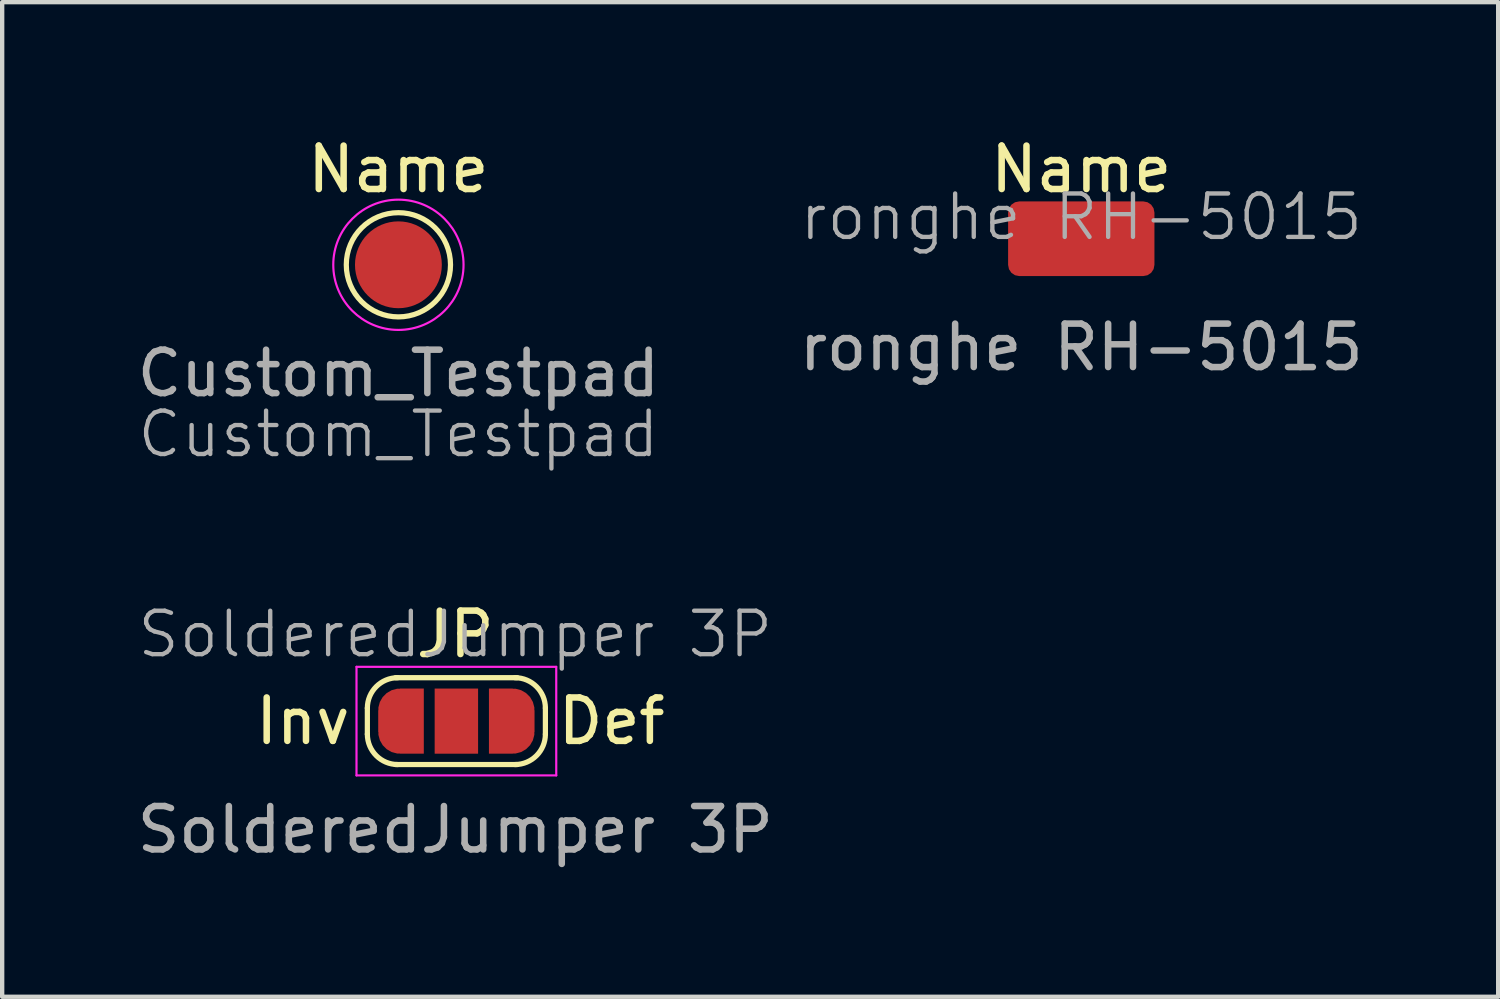
<source format=kicad_pcb>
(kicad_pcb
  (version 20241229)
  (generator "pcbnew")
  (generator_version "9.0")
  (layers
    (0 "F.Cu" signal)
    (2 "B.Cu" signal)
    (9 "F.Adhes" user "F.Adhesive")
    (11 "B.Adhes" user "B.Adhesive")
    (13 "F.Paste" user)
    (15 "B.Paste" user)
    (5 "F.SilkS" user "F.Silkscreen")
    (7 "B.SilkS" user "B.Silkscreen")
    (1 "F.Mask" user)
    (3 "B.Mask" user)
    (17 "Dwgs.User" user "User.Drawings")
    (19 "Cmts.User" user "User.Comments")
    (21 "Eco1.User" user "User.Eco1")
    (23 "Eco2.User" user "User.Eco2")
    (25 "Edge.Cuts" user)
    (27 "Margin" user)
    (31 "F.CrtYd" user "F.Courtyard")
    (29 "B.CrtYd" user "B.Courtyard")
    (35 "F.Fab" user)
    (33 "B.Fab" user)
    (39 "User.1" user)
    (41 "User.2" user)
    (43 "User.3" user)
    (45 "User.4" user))
  (footprint "SolderedJumper 3P"
    (layer "F.Cu")
    (at 7.435 13.557)
    (property "Reference" "SolderedJumper 3P" (at 0 -2 0) (unlocked yes) (layer "F.Fab") (effects (font (size 1 1) (thickness 0.1))))
    (property "Description" "JP" (at 0 -2 0) (unlocked yes) (layer "F.SilkS") (effects (font (size 1 1) (thickness 0.15))))
    (attr smd)
    (fp_rect (start -0.725 -0.75) (end 0.775 0.75) (stroke (width 0) (type default)) (fill yes) (layer "F.Mask"))
    (fp_line (start -2.025 0.3) (end -2.025 -0.3) (stroke (width 0.12) (type solid)) (layer "F.SilkS"))
    (fp_line (start -1.375 -1) (end 1.425 -1) (stroke (width 0.12) (type solid)) (layer "F.SilkS"))
    (fp_line (start 1.425 1) (end -1.375 1) (stroke (width 0.12) (type solid)) (layer "F.SilkS"))
    (fp_line (start 2.075 -0.3) (end 2.075 0.3) (stroke (width 0.12) (type solid)) (layer "F.SilkS"))
    (fp_arc (start -2.025 -0.3) (mid -1.819975 -0.794975) (end -1.325 -1) (stroke (width 0.12) (type solid)) (layer "F.SilkS"))
    (fp_arc (start -1.325 1) (mid -1.819975 0.794975) (end -2.025 0.3) (stroke (width 0.12) (type solid)) (layer "F.SilkS"))
    (fp_arc (start 1.375 -1) (mid 1.869975 -0.794975) (end 2.075 -0.3) (stroke (width 0.12) (type solid)) (layer "F.SilkS"))
    (fp_arc (start 2.075 0.3) (mid 1.869975 0.794975) (end 1.375 1) (stroke (width 0.12) (type solid)) (layer "F.SilkS"))
    (fp_line (start -2.275 -1.25) (end -2.275 1.25) (stroke (width 0.05) (type solid)) (layer "F.CrtYd"))
    (fp_line (start -2.275 -1.25) (end 2.325 -1.25) (stroke (width 0.05) (type solid)) (layer "F.CrtYd"))
    (fp_line (start 2.325 1.25) (end -2.275 1.25) (stroke (width 0.05) (type solid)) (layer "F.CrtYd"))
    (fp_line (start 2.325 1.25) (end 2.325 -1.25) (stroke (width 0.05) (type solid)) (layer "F.CrtYd"))
    (fp_text user "Def" (at 3.6 0 0) (layer "F.SilkS") (effects (font (size 1 1) (thickness 0.15))))
    (fp_text user "Inv" (at -3.51 0 0) (layer "F.SilkS") (effects (font (size 1 1) (thickness 0.15))))
    (fp_text user "${REFERENCE}" (at 0 2.5 0) (unlocked yes) (layer "F.Fab") (effects (font (size 1 1) (thickness 0.15))))
    (pad "1" smd custom (at -1.275 0) (size 1 0.5) (layers "F.Cu" "F.Mask") (options (anchor rect)) (primitives (gr_circle (center 0 0.25) (end 0.5 0.25) (width 0) (fill yes)) (gr_circle (center 0 -0.25) (end 0.5 -0.25) (width 0) (fill yes)) (gr_poly (pts (xy 0.55 0.75) (xy 0 0.75) (xy 0 -0.75) (xy 0.55 -0.75)) (width 0) (fill yes))))
    (pad "2" smd rect (at 0.025 0) (size 1 1.5) (layers "F.Cu" "F.Mask"))
    (pad "3" smd custom (at 1.325 0) (size 1 0.5) (layers "F.Cu" "F.Mask") (options (anchor rect)) (primitives (gr_circle (center 0 0.25) (end 0.5 0.25) (width 0) (fill yes)) (gr_circle (center 0 -0.25) (end 0.5 -0.25) (width 0) (fill yes)) (gr_poly (pts (xy 0 0.75) (xy -0.55 0.75) (xy -0.55 -0.75) (xy 0 -0.75)) (width 0) (fill yes)))))
  (footprint "Custom_Testpad"
    (layer "F.Cu")
    (at 6.125 3.048)
    (property "Reference" "Custom_Testpad" (at 0 3.9 0) (unlocked yes) (layer "F.Fab") (effects (font (size 1 1) (thickness 0.1))))
    (property "Description" "Name" (at 0 -2.2 0) (unlocked yes) (layer "F.SilkS") (effects (font (size 1 1) (thickness 0.15))))
    (attr smd)
    (fp_circle (center 0 0) (end 0 1.2) (stroke (width 0.12) (type solid)) (fill no) (layer "F.SilkS"))
    (fp_circle (center 0 0) (end 1.5 0) (stroke (width 0.05) (type solid)) (fill no) (layer "F.CrtYd"))
    (fp_text user "${REFERENCE}" (at 0 2.5 0) (unlocked yes) (layer "F.Fab") (effects (font (size 1 1) (thickness 0.15))))
    (pad "1" smd circle (at 0 0) (size 2 2) (layers "F.Cu" "F.Mask")))
  (footprint "ronghe RH-5015"
    (layer "F.Cu")
    (at 21.851 2.448)
    (property "Reference" "ronghe RH-5015" (at 0 -0.5 0) (unlocked yes) (layer "F.Fab") (effects (font (size 1 1) (thickness 0.1))))
    (property "Description" "Name" (at 0 -1.6 0) (unlocked yes) (layer "F.SilkS") (effects (font (size 1 1) (thickness 0.15))))
    (attr smd)
    (fp_text user "${REFERENCE}" (at 0 2.5 0) (unlocked yes) (layer "F.Fab") (effects (font (size 1 1) (thickness 0.15))))
    (pad "1" smd roundrect (at 0 0) (size 3.37 1.72) (layers "F.Cu" "F.Mask" "F.Paste") (roundrect_rratio 0.15)))
  (gr_rect
    (start -3 -3)
    (end 31.452 19.905)
    (stroke (width 0.1) (type default))
    (fill no)
    (layer "Edge.Cuts")))
</source>
